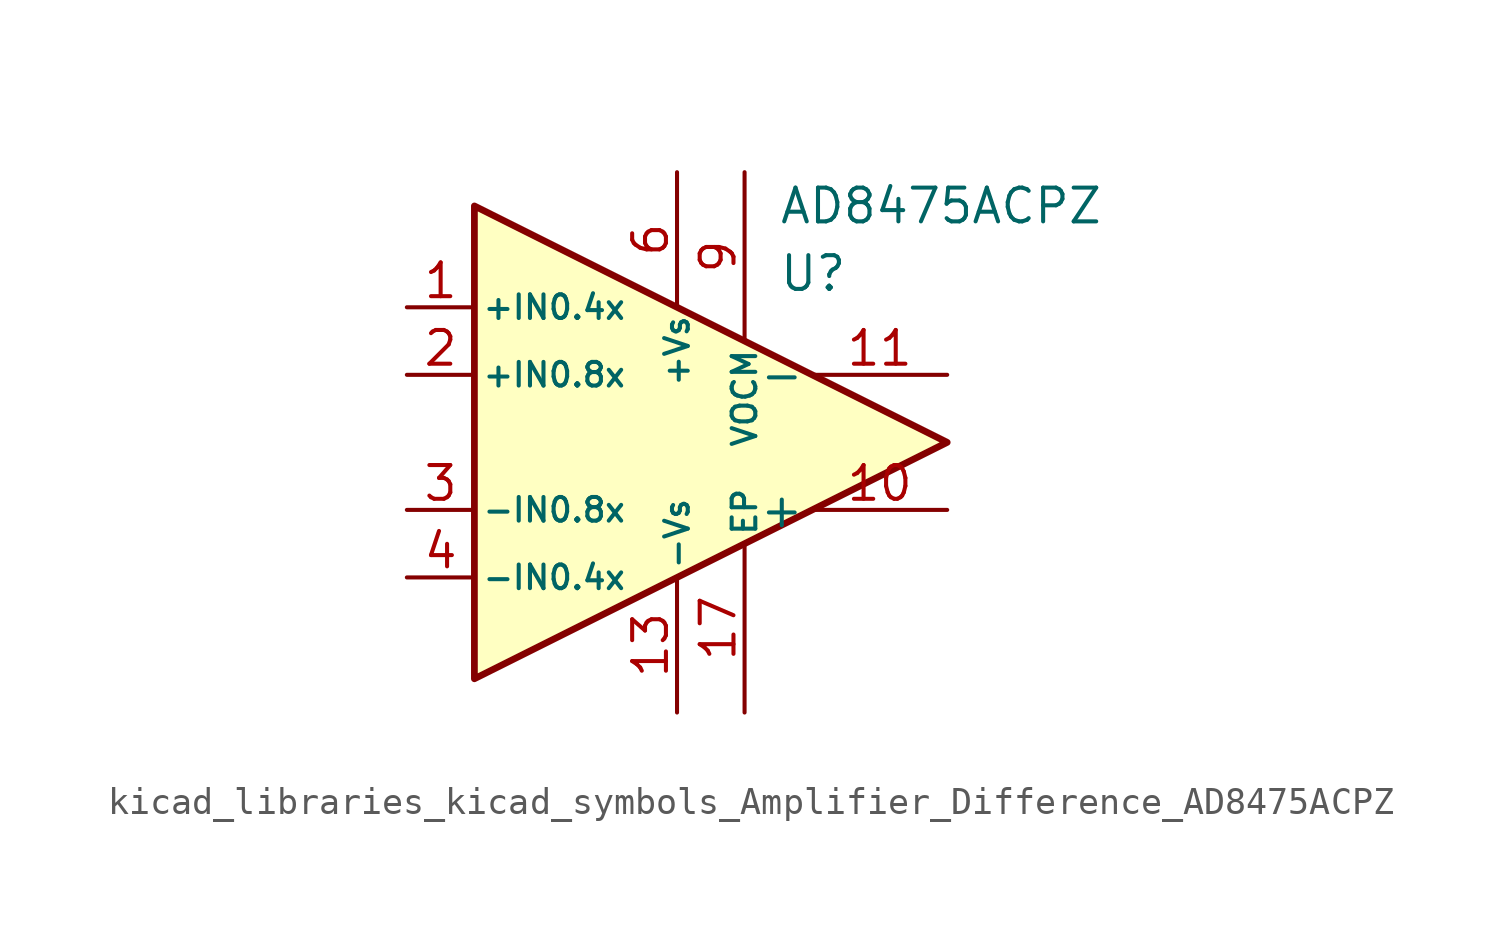
<source format=kicad_sym>
(kicad_symbol_lib
  (version 20220914)
  (generator kicad_symbol_editor)
  (symbol "kicad_libraries_kicad_symbols_Amplifier_Difference_AD8475ACPZ"
    (pin_names
      (offset 0.254))
    (property "Reference" "U"
      (at 3.81 6.35 0)
      (effects (font (size 1.27 1.27)) (justify left)))
    (property "Value" "AD8475ACPZ"
      (at 3.81 8.89 0)
      (effects (font (size 1.27 1.27)) (justify left)))
    (symbol "kicad_libraries_kicad_symbols_Amplifier_Difference_AD8475ACPZ_0_1"
      (polyline (pts (xy -7.62 8.89) (xy -7.62 -8.89) (xy 10.16 0) (xy -7.62 8.89)) (stroke (width 0.254) (type default)) (fill (type background))))
    (symbol "kicad_libraries_kicad_symbols_Amplifier_Difference_AD8475ACPZ_1_1"
      (pin input line (at -10.16 5.08 0) (length 2.54) (name "+IN0.4x" (effects (font (size 0.889 0.889)))) (number "1" (effects (font (size 1.27 1.27)))))
      (pin output line (at 10.16 -2.54 180) (length 5.08) (name "+" (effects (font (size 1.27 1.27)))) (number "10" (effects (font (size 1.27 1.27)))))
      (pin output line (at 10.16 2.54 180) (length 5.08) (name "-" (effects (font (size 1.27 1.27)))) (number "11" (effects (font (size 1.27 1.27)))))
      (pin no_connect line (at -7.62 -7.62 0) (length 2.54) hide (name "NC" (effects (font (size 1.27 1.27)))) (number "12" (effects (font (size 1.27 1.27)))))
      (pin power_in line (at 0 -10.16 90) (length 5.08) (name "-Vs" (effects (font (size 0.889 0.889)))) (number "13" (effects (font (size 1.27 1.27)))))
      (pin passive line (at 0 -10.16 90) (length 5.08) hide (name "-Vs" (effects (font (size 0.889 0.889)))) (number "14" (effects (font (size 1.27 1.27)))))
      (pin passive line (at 0 -10.16 90) (length 5.08) hide (name "-Vs" (effects (font (size 0.889 0.889)))) (number "15" (effects (font (size 1.27 1.27)))))
      (pin input line (at -10.16 5.08 0) (length 2.54) hide (name "+IN0.4x" (effects (font (size 0.889 0.889)))) (number "16" (effects (font (size 1.27 1.27)))))
      (pin passive line (at 2.54 -10.16 90) (length 6.35) (name "EP" (effects (font (size 0.889 0.889)))) (number "17" (effects (font (size 1.27 1.27)))))
      (pin input line (at -10.16 2.54 0) (length 2.54) (name "+IN0.8x" (effects (font (size 0.889 0.889)))) (number "2" (effects (font (size 1.27 1.27)))))
      (pin input line (at -10.16 -2.54 0) (length 2.54) (name "-IN0.8x" (effects (font (size 0.889 0.889)))) (number "3" (effects (font (size 1.27 1.27)))))
      (pin input line (at -10.16 -5.08 0) (length 2.54) (name "-IN0.4x" (effects (font (size 0.889 0.889)))) (number "4" (effects (font (size 1.27 1.27)))))
      (pin input line (at -10.16 -5.08 0) (length 2.54) hide (name "-IN0.4x" (effects (font (size 0.889 0.889)))) (number "5" (effects (font (size 1.27 1.27)))))
      (pin power_in line (at 0 10.16 270) (length 5.08) (name "+Vs" (effects (font (size 0.889 0.889)))) (number "6" (effects (font (size 1.27 1.27)))))
      (pin passive line (at 0 10.16 270) (length 5.08) hide (name "+Vs" (effects (font (size 0.889 0.889)))) (number "7" (effects (font (size 1.27 1.27)))))
      (pin passive line (at 0 10.16 270) (length 5.08) hide (name "+Vs" (effects (font (size 0.889 0.889)))) (number "8" (effects (font (size 1.27 1.27)))))
      (pin power_in line (at 2.54 10.16 270) (length 6.35) (name "VOCM" (effects (font (size 0.889 0.889)))) (number "9" (effects (font (size 1.27 1.27))))))))
</source>
